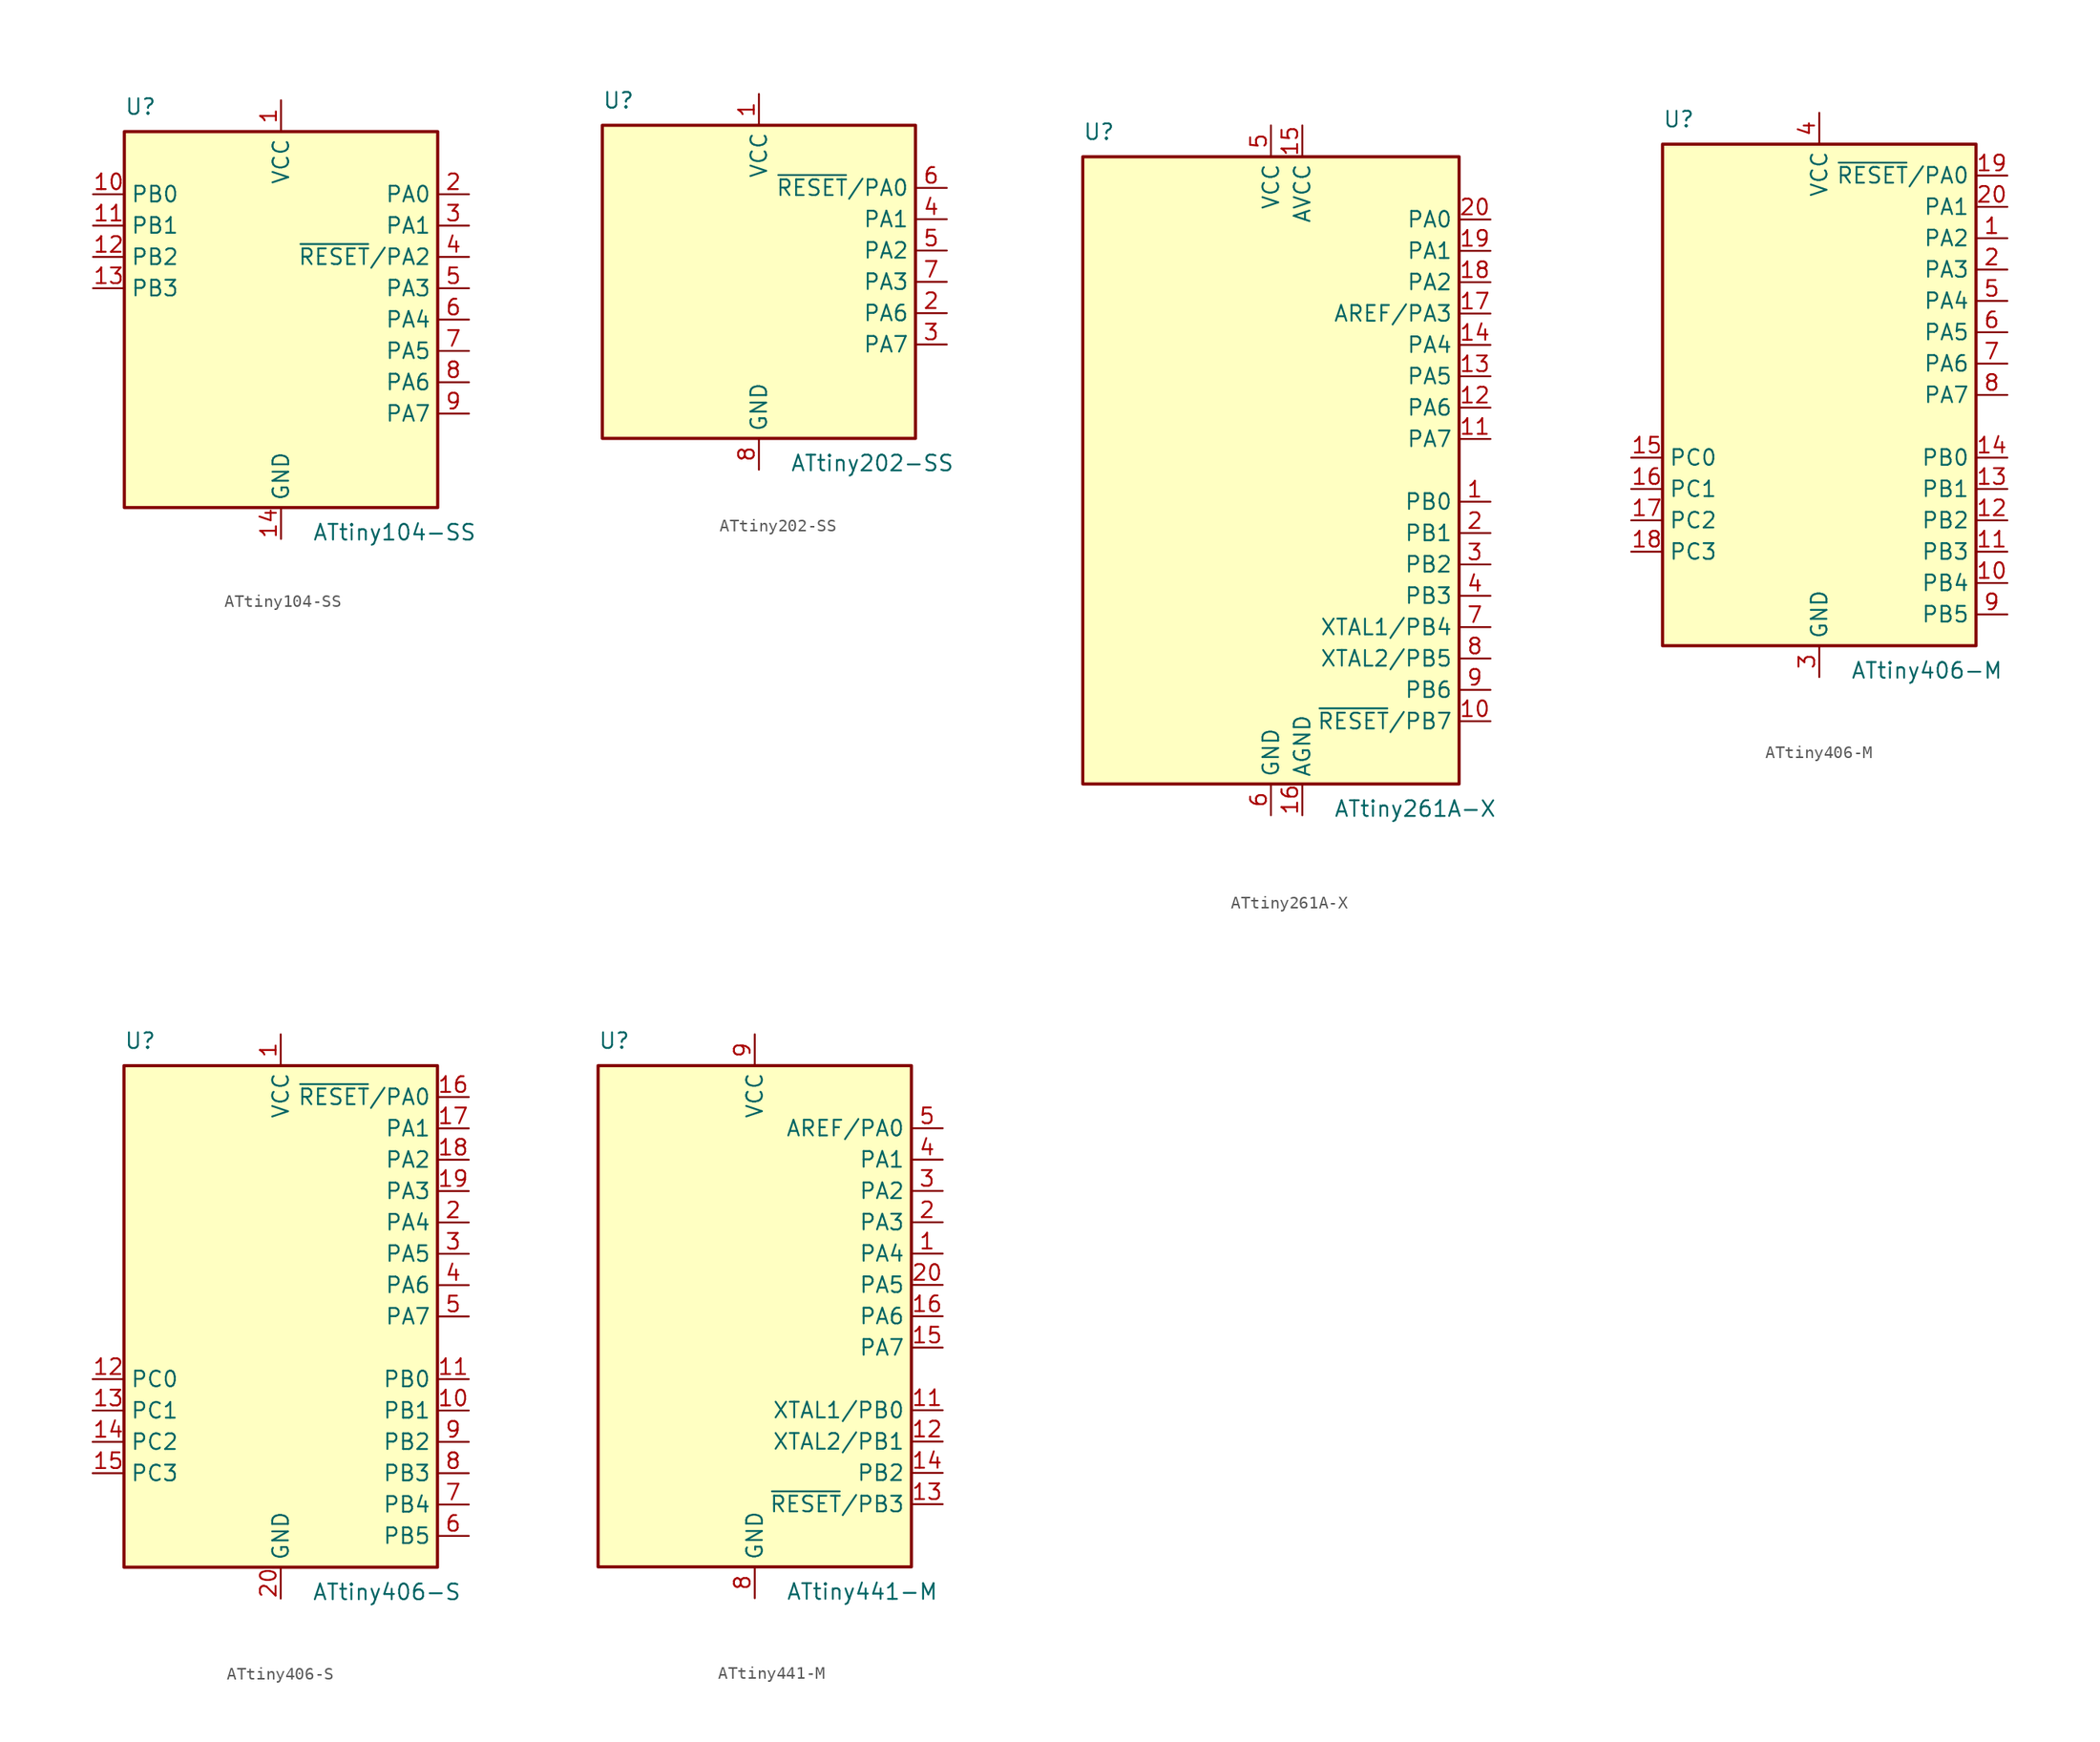
<source format=kicad_sym>
(kicad_symbol_lib
  (version 20201005)
  (generator kicad_symbol_editor)
  (symbol "ATtiny104-SS"
    (property "Reference" "U"
      (at -12.7 16.51 0)
      (effects (font (size 1.27 1.27)) (justify left bottom)))
    (property "Value" "ATtiny104-SS"
      (at 2.54 -16.51 0)
      (effects (font (size 1.27 1.27)) (justify left top)))
    (symbol "ATtiny104-SS_0_1"
      (rectangle (start -12.7 -15.24) (end 12.7 15.24) (stroke (width 0.254)) (fill (type background))))
    (symbol "ATtiny104-SS_1_1"
      (pin power_in line (at 0 17.78 270) (length 2.54) (name "VCC" (effects (font (size 1.27 1.27)))) (number "1" (effects (font (size 1.27 1.27)))))
      (pin bidirectional line (at -15.24 10.16 0) (length 2.54) (name "PB0" (effects (font (size 1.27 1.27)))) (number "10" (effects (font (size 1.27 1.27)))))
      (pin bidirectional line (at -15.24 7.62 0) (length 2.54) (name "PB1" (effects (font (size 1.27 1.27)))) (number "11" (effects (font (size 1.27 1.27)))))
      (pin bidirectional line (at -15.24 5.08 0) (length 2.54) (name "PB2" (effects (font (size 1.27 1.27)))) (number "12" (effects (font (size 1.27 1.27)))))
      (pin bidirectional line (at -15.24 2.54 0) (length 2.54) (name "PB3" (effects (font (size 1.27 1.27)))) (number "13" (effects (font (size 1.27 1.27)))))
      (pin power_in line (at 0 -17.78 90) (length 2.54) (name "GND" (effects (font (size 1.27 1.27)))) (number "14" (effects (font (size 1.27 1.27)))))
      (pin bidirectional line (at 15.24 10.16 180) (length 2.54) (name "PA0" (effects (font (size 1.27 1.27)))) (number "2" (effects (font (size 1.27 1.27)))))
      (pin bidirectional line (at 15.24 7.62 180) (length 2.54) (name "PA1" (effects (font (size 1.27 1.27)))) (number "3" (effects (font (size 1.27 1.27)))))
      (pin bidirectional line (at 15.24 5.08 180) (length 2.54) (name "~RESET~/PA2" (effects (font (size 1.27 1.27)))) (number "4" (effects (font (size 1.27 1.27)))))
      (pin bidirectional line (at 15.24 2.54 180) (length 2.54) (name "PA3" (effects (font (size 1.27 1.27)))) (number "5" (effects (font (size 1.27 1.27)))))
      (pin bidirectional line (at 15.24 0 180) (length 2.54) (name "PA4" (effects (font (size 1.27 1.27)))) (number "6" (effects (font (size 1.27 1.27)))))
      (pin bidirectional line (at 15.24 -2.54 180) (length 2.54) (name "PA5" (effects (font (size 1.27 1.27)))) (number "7" (effects (font (size 1.27 1.27)))))
      (pin bidirectional line (at 15.24 -5.08 180) (length 2.54) (name "PA6" (effects (font (size 1.27 1.27)))) (number "8" (effects (font (size 1.27 1.27)))))
      (pin bidirectional line (at 15.24 -7.62 180) (length 2.54) (name "PA7" (effects (font (size 1.27 1.27)))) (number "9" (effects (font (size 1.27 1.27)))))))
  (symbol "ATtiny202-SS"
    (property "Reference" "U"
      (at -12.7 13.97 0)
      (effects (font (size 1.27 1.27)) (justify left bottom)))
    (property "Value" "ATtiny202-SS"
      (at 2.54 -13.97 0)
      (effects (font (size 1.27 1.27)) (justify left top)))
    (symbol "ATtiny202-SS_0_1"
      (rectangle (start -12.7 -12.7) (end 12.7 12.7) (stroke (width 0.254)) (fill (type background))))
    (symbol "ATtiny202-SS_1_1"
      (pin power_in line (at 0 15.24 270) (length 2.54) (name "VCC" (effects (font (size 1.27 1.27)))) (number "1" (effects (font (size 1.27 1.27)))))
      (pin bidirectional line (at 15.24 -2.54 180) (length 2.54) (name "PA6" (effects (font (size 1.27 1.27)))) (number "2" (effects (font (size 1.27 1.27)))))
      (pin bidirectional line (at 15.24 -5.08 180) (length 2.54) (name "PA7" (effects (font (size 1.27 1.27)))) (number "3" (effects (font (size 1.27 1.27)))))
      (pin bidirectional line (at 15.24 5.08 180) (length 2.54) (name "PA1" (effects (font (size 1.27 1.27)))) (number "4" (effects (font (size 1.27 1.27)))))
      (pin bidirectional line (at 15.24 2.54 180) (length 2.54) (name "PA2" (effects (font (size 1.27 1.27)))) (number "5" (effects (font (size 1.27 1.27)))))
      (pin bidirectional line (at 15.24 7.62 180) (length 2.54) (name "~RESET~/PA0" (effects (font (size 1.27 1.27)))) (number "6" (effects (font (size 1.27 1.27)))))
      (pin bidirectional line (at 15.24 0 180) (length 2.54) (name "PA3" (effects (font (size 1.27 1.27)))) (number "7" (effects (font (size 1.27 1.27)))))
      (pin power_in line (at 0 -15.24 90) (length 2.54) (name "GND" (effects (font (size 1.27 1.27)))) (number "8" (effects (font (size 1.27 1.27)))))))
  (symbol "ATtiny261A-X"
    (property "Reference" "U"
      (at -15.24 26.67 0)
      (effects (font (size 1.27 1.27)) (justify left bottom)))
    (property "Value" "ATtiny261A-X"
      (at 5.08 -26.67 0)
      (effects (font (size 1.27 1.27)) (justify left top)))
    (symbol "ATtiny261A-X_0_1"
      (rectangle (start -15.24 -25.4) (end 15.24 25.4) (stroke (width 0.254)) (fill (type background))))
    (symbol "ATtiny261A-X_1_1"
      (pin bidirectional line (at 17.78 -2.54 180) (length 2.54) (name "PB0" (effects (font (size 1.27 1.27)))) (number "1" (effects (font (size 1.27 1.27)))))
      (pin bidirectional line (at 17.78 -20.32 180) (length 2.54) (name "~RESET~/PB7" (effects (font (size 1.27 1.27)))) (number "10" (effects (font (size 1.27 1.27)))))
      (pin bidirectional line (at 17.78 2.54 180) (length 2.54) (name "PA7" (effects (font (size 1.27 1.27)))) (number "11" (effects (font (size 1.27 1.27)))))
      (pin bidirectional line (at 17.78 5.08 180) (length 2.54) (name "PA6" (effects (font (size 1.27 1.27)))) (number "12" (effects (font (size 1.27 1.27)))))
      (pin bidirectional line (at 17.78 7.62 180) (length 2.54) (name "PA5" (effects (font (size 1.27 1.27)))) (number "13" (effects (font (size 1.27 1.27)))))
      (pin bidirectional line (at 17.78 10.16 180) (length 2.54) (name "PA4" (effects (font (size 1.27 1.27)))) (number "14" (effects (font (size 1.27 1.27)))))
      (pin power_in line (at 2.54 27.94 270) (length 2.54) (name "AVCC" (effects (font (size 1.27 1.27)))) (number "15" (effects (font (size 1.27 1.27)))))
      (pin power_in line (at 2.54 -27.94 90) (length 2.54) (name "AGND" (effects (font (size 1.27 1.27)))) (number "16" (effects (font (size 1.27 1.27)))))
      (pin bidirectional line (at 17.78 12.7 180) (length 2.54) (name "AREF/PA3" (effects (font (size 1.27 1.27)))) (number "17" (effects (font (size 1.27 1.27)))))
      (pin bidirectional line (at 17.78 15.24 180) (length 2.54) (name "PA2" (effects (font (size 1.27 1.27)))) (number "18" (effects (font (size 1.27 1.27)))))
      (pin bidirectional line (at 17.78 17.78 180) (length 2.54) (name "PA1" (effects (font (size 1.27 1.27)))) (number "19" (effects (font (size 1.27 1.27)))))
      (pin bidirectional line (at 17.78 -5.08 180) (length 2.54) (name "PB1" (effects (font (size 1.27 1.27)))) (number "2" (effects (font (size 1.27 1.27)))))
      (pin bidirectional line (at 17.78 20.32 180) (length 2.54) (name "PA0" (effects (font (size 1.27 1.27)))) (number "20" (effects (font (size 1.27 1.27)))))
      (pin bidirectional line (at 17.78 -7.62 180) (length 2.54) (name "PB2" (effects (font (size 1.27 1.27)))) (number "3" (effects (font (size 1.27 1.27)))))
      (pin bidirectional line (at 17.78 -10.16 180) (length 2.54) (name "PB3" (effects (font (size 1.27 1.27)))) (number "4" (effects (font (size 1.27 1.27)))))
      (pin power_in line (at 0 27.94 270) (length 2.54) (name "VCC" (effects (font (size 1.27 1.27)))) (number "5" (effects (font (size 1.27 1.27)))))
      (pin power_in line (at 0 -27.94 90) (length 2.54) (name "GND" (effects (font (size 1.27 1.27)))) (number "6" (effects (font (size 1.27 1.27)))))
      (pin bidirectional line (at 17.78 -12.7 180) (length 2.54) (name "XTAL1/PB4" (effects (font (size 1.27 1.27)))) (number "7" (effects (font (size 1.27 1.27)))))
      (pin bidirectional line (at 17.78 -15.24 180) (length 2.54) (name "XTAL2/PB5" (effects (font (size 1.27 1.27)))) (number "8" (effects (font (size 1.27 1.27)))))
      (pin bidirectional line (at 17.78 -17.78 180) (length 2.54) (name "PB6" (effects (font (size 1.27 1.27)))) (number "9" (effects (font (size 1.27 1.27)))))))
  (symbol "ATtiny406-M"
    (property "Reference" "U"
      (at -12.7 21.59 0)
      (effects (font (size 1.27 1.27)) (justify left bottom)))
    (property "Value" "ATtiny406-M"
      (at 2.54 -21.59 0)
      (effects (font (size 1.27 1.27)) (justify left top)))
    (symbol "ATtiny406-M_0_1"
      (rectangle (start -12.7 -20.32) (end 12.7 20.32) (stroke (width 0.254)) (fill (type background))))
    (symbol "ATtiny406-M_1_1"
      (pin bidirectional line (at 15.24 12.7 180) (length 2.54) (name "PA2" (effects (font (size 1.27 1.27)))) (number "1" (effects (font (size 1.27 1.27)))))
      (pin bidirectional line (at 15.24 -15.24 180) (length 2.54) (name "PB4" (effects (font (size 1.27 1.27)))) (number "10" (effects (font (size 1.27 1.27)))))
      (pin bidirectional line (at 15.24 -12.7 180) (length 2.54) (name "PB3" (effects (font (size 1.27 1.27)))) (number "11" (effects (font (size 1.27 1.27)))))
      (pin bidirectional line (at 15.24 -10.16 180) (length 2.54) (name "PB2" (effects (font (size 1.27 1.27)))) (number "12" (effects (font (size 1.27 1.27)))))
      (pin bidirectional line (at 15.24 -7.62 180) (length 2.54) (name "PB1" (effects (font (size 1.27 1.27)))) (number "13" (effects (font (size 1.27 1.27)))))
      (pin bidirectional line (at 15.24 -5.08 180) (length 2.54) (name "PB0" (effects (font (size 1.27 1.27)))) (number "14" (effects (font (size 1.27 1.27)))))
      (pin bidirectional line (at -15.24 -5.08 0) (length 2.54) (name "PC0" (effects (font (size 1.27 1.27)))) (number "15" (effects (font (size 1.27 1.27)))))
      (pin bidirectional line (at -15.24 -7.62 0) (length 2.54) (name "PC1" (effects (font (size 1.27 1.27)))) (number "16" (effects (font (size 1.27 1.27)))))
      (pin bidirectional line (at -15.24 -10.16 0) (length 2.54) (name "PC2" (effects (font (size 1.27 1.27)))) (number "17" (effects (font (size 1.27 1.27)))))
      (pin bidirectional line (at -15.24 -12.7 0) (length 2.54) (name "PC3" (effects (font (size 1.27 1.27)))) (number "18" (effects (font (size 1.27 1.27)))))
      (pin bidirectional line (at 15.24 17.78 180) (length 2.54) (name "~RESET~/PA0" (effects (font (size 1.27 1.27)))) (number "19" (effects (font (size 1.27 1.27)))))
      (pin bidirectional line (at 15.24 10.16 180) (length 2.54) (name "PA3" (effects (font (size 1.27 1.27)))) (number "2" (effects (font (size 1.27 1.27)))))
      (pin bidirectional line (at 15.24 15.24 180) (length 2.54) (name "PA1" (effects (font (size 1.27 1.27)))) (number "20" (effects (font (size 1.27 1.27)))))
      (pin passive line (at 0 -22.86 90) (length 2.54) hide (name "GND" (effects (font (size 1.27 1.27)))) (number "21" (effects (font (size 1.27 1.27)))))
      (pin power_in line (at 0 -22.86 90) (length 2.54) (name "GND" (effects (font (size 1.27 1.27)))) (number "3" (effects (font (size 1.27 1.27)))))
      (pin power_in line (at 0 22.86 270) (length 2.54) (name "VCC" (effects (font (size 1.27 1.27)))) (number "4" (effects (font (size 1.27 1.27)))))
      (pin bidirectional line (at 15.24 7.62 180) (length 2.54) (name "PA4" (effects (font (size 1.27 1.27)))) (number "5" (effects (font (size 1.27 1.27)))))
      (pin bidirectional line (at 15.24 5.08 180) (length 2.54) (name "PA5" (effects (font (size 1.27 1.27)))) (number "6" (effects (font (size 1.27 1.27)))))
      (pin bidirectional line (at 15.24 2.54 180) (length 2.54) (name "PA6" (effects (font (size 1.27 1.27)))) (number "7" (effects (font (size 1.27 1.27)))))
      (pin bidirectional line (at 15.24 0 180) (length 2.54) (name "PA7" (effects (font (size 1.27 1.27)))) (number "8" (effects (font (size 1.27 1.27)))))
      (pin bidirectional line (at 15.24 -17.78 180) (length 2.54) (name "PB5" (effects (font (size 1.27 1.27)))) (number "9" (effects (font (size 1.27 1.27)))))))
  (symbol "ATtiny406-S"
    (property "Reference" "U"
      (at -12.7 21.59 0)
      (effects (font (size 1.27 1.27)) (justify left bottom)))
    (property "Value" "ATtiny406-S"
      (at 2.54 -21.59 0)
      (effects (font (size 1.27 1.27)) (justify left top)))
    (symbol "ATtiny406-S_0_1"
      (rectangle (start -12.7 -20.32) (end 12.7 20.32) (stroke (width 0.254)) (fill (type background))))
    (symbol "ATtiny406-S_1_1"
      (pin power_in line (at 0 22.86 270) (length 2.54) (name "VCC" (effects (font (size 1.27 1.27)))) (number "1" (effects (font (size 1.27 1.27)))))
      (pin bidirectional line (at 15.24 -7.62 180) (length 2.54) (name "PB1" (effects (font (size 1.27 1.27)))) (number "10" (effects (font (size 1.27 1.27)))))
      (pin bidirectional line (at 15.24 -5.08 180) (length 2.54) (name "PB0" (effects (font (size 1.27 1.27)))) (number "11" (effects (font (size 1.27 1.27)))))
      (pin bidirectional line (at -15.24 -5.08 0) (length 2.54) (name "PC0" (effects (font (size 1.27 1.27)))) (number "12" (effects (font (size 1.27 1.27)))))
      (pin bidirectional line (at -15.24 -7.62 0) (length 2.54) (name "PC1" (effects (font (size 1.27 1.27)))) (number "13" (effects (font (size 1.27 1.27)))))
      (pin bidirectional line (at -15.24 -10.16 0) (length 2.54) (name "PC2" (effects (font (size 1.27 1.27)))) (number "14" (effects (font (size 1.27 1.27)))))
      (pin bidirectional line (at -15.24 -12.7 0) (length 2.54) (name "PC3" (effects (font (size 1.27 1.27)))) (number "15" (effects (font (size 1.27 1.27)))))
      (pin bidirectional line (at 15.24 17.78 180) (length 2.54) (name "~RESET~/PA0" (effects (font (size 1.27 1.27)))) (number "16" (effects (font (size 1.27 1.27)))))
      (pin bidirectional line (at 15.24 15.24 180) (length 2.54) (name "PA1" (effects (font (size 1.27 1.27)))) (number "17" (effects (font (size 1.27 1.27)))))
      (pin bidirectional line (at 15.24 12.7 180) (length 2.54) (name "PA2" (effects (font (size 1.27 1.27)))) (number "18" (effects (font (size 1.27 1.27)))))
      (pin bidirectional line (at 15.24 10.16 180) (length 2.54) (name "PA3" (effects (font (size 1.27 1.27)))) (number "19" (effects (font (size 1.27 1.27)))))
      (pin bidirectional line (at 15.24 7.62 180) (length 2.54) (name "PA4" (effects (font (size 1.27 1.27)))) (number "2" (effects (font (size 1.27 1.27)))))
      (pin power_in line (at 0 -22.86 90) (length 2.54) (name "GND" (effects (font (size 1.27 1.27)))) (number "20" (effects (font (size 1.27 1.27)))))
      (pin bidirectional line (at 15.24 5.08 180) (length 2.54) (name "PA5" (effects (font (size 1.27 1.27)))) (number "3" (effects (font (size 1.27 1.27)))))
      (pin bidirectional line (at 15.24 2.54 180) (length 2.54) (name "PA6" (effects (font (size 1.27 1.27)))) (number "4" (effects (font (size 1.27 1.27)))))
      (pin bidirectional line (at 15.24 0 180) (length 2.54) (name "PA7" (effects (font (size 1.27 1.27)))) (number "5" (effects (font (size 1.27 1.27)))))
      (pin bidirectional line (at 15.24 -17.78 180) (length 2.54) (name "PB5" (effects (font (size 1.27 1.27)))) (number "6" (effects (font (size 1.27 1.27)))))
      (pin bidirectional line (at 15.24 -15.24 180) (length 2.54) (name "PB4" (effects (font (size 1.27 1.27)))) (number "7" (effects (font (size 1.27 1.27)))))
      (pin bidirectional line (at 15.24 -12.7 180) (length 2.54) (name "PB3" (effects (font (size 1.27 1.27)))) (number "8" (effects (font (size 1.27 1.27)))))
      (pin bidirectional line (at 15.24 -10.16 180) (length 2.54) (name "PB2" (effects (font (size 1.27 1.27)))) (number "9" (effects (font (size 1.27 1.27)))))))
  (symbol "ATtiny441-M"
    (property "Reference" "U"
      (at -12.7 21.59 0)
      (effects (font (size 1.27 1.27)) (justify left bottom)))
    (property "Value" "ATtiny441-M"
      (at 2.54 -21.59 0)
      (effects (font (size 1.27 1.27)) (justify left top)))
    (symbol "ATtiny441-M_0_1"
      (rectangle (start -12.7 -20.32) (end 12.7 20.32) (stroke (width 0.254)) (fill (type background))))
    (symbol "ATtiny441-M_1_1"
      (pin bidirectional line (at 15.24 5.08 180) (length 2.54) (name "PA4" (effects (font (size 1.27 1.27)))) (number "1" (effects (font (size 1.27 1.27)))))
      (pin no_connect line (at -12.7 -10.16 0) (length 2.54) hide (name "NC" (effects (font (size 1.27 1.27)))) (number "10" (effects (font (size 1.27 1.27)))))
      (pin bidirectional line (at 15.24 -7.62 180) (length 2.54) (name "XTAL1/PB0" (effects (font (size 1.27 1.27)))) (number "11" (effects (font (size 1.27 1.27)))))
      (pin bidirectional line (at 15.24 -10.16 180) (length 2.54) (name "XTAL2/PB1" (effects (font (size 1.27 1.27)))) (number "12" (effects (font (size 1.27 1.27)))))
      (pin bidirectional line (at 15.24 -15.24 180) (length 2.54) (name "~RESET~/PB3" (effects (font (size 1.27 1.27)))) (number "13" (effects (font (size 1.27 1.27)))))
      (pin bidirectional line (at 15.24 -12.7 180) (length 2.54) (name "PB2" (effects (font (size 1.27 1.27)))) (number "14" (effects (font (size 1.27 1.27)))))
      (pin bidirectional line (at 15.24 -2.54 180) (length 2.54) (name "PA7" (effects (font (size 1.27 1.27)))) (number "15" (effects (font (size 1.27 1.27)))))
      (pin bidirectional line (at 15.24 0 180) (length 2.54) (name "PA6" (effects (font (size 1.27 1.27)))) (number "16" (effects (font (size 1.27 1.27)))))
      (pin no_connect line (at -12.7 -12.7 0) (length 2.54) hide (name "NC" (effects (font (size 1.27 1.27)))) (number "17" (effects (font (size 1.27 1.27)))))
      (pin no_connect line (at -12.7 -15.24 0) (length 2.54) hide (name "NC" (effects (font (size 1.27 1.27)))) (number "18" (effects (font (size 1.27 1.27)))))
      (pin no_connect line (at -12.7 -17.78 0) (length 2.54) hide (name "NC" (effects (font (size 1.27 1.27)))) (number "19" (effects (font (size 1.27 1.27)))))
      (pin bidirectional line (at 15.24 7.62 180) (length 2.54) (name "PA3" (effects (font (size 1.27 1.27)))) (number "2" (effects (font (size 1.27 1.27)))))
      (pin bidirectional line (at 15.24 2.54 180) (length 2.54) (name "PA5" (effects (font (size 1.27 1.27)))) (number "20" (effects (font (size 1.27 1.27)))))
      (pin passive line (at 0 -22.86 90) (length 2.54) hide (name "GND" (effects (font (size 1.27 1.27)))) (number "21" (effects (font (size 1.27 1.27)))))
      (pin bidirectional line (at 15.24 10.16 180) (length 2.54) (name "PA2" (effects (font (size 1.27 1.27)))) (number "3" (effects (font (size 1.27 1.27)))))
      (pin bidirectional line (at 15.24 12.7 180) (length 2.54) (name "PA1" (effects (font (size 1.27 1.27)))) (number "4" (effects (font (size 1.27 1.27)))))
      (pin bidirectional line (at 15.24 15.24 180) (length 2.54) (name "AREF/PA0" (effects (font (size 1.27 1.27)))) (number "5" (effects (font (size 1.27 1.27)))))
      (pin no_connect line (at -12.7 -5.08 0) (length 2.54) hide (name "NC" (effects (font (size 1.27 1.27)))) (number "6" (effects (font (size 1.27 1.27)))))
      (pin no_connect line (at -12.7 -7.62 0) (length 2.54) hide (name "NC" (effects (font (size 1.27 1.27)))) (number "7" (effects (font (size 1.27 1.27)))))
      (pin power_in line (at 0 -22.86 90) (length 2.54) (name "GND" (effects (font (size 1.27 1.27)))) (number "8" (effects (font (size 1.27 1.27)))))
      (pin power_in line (at 0 22.86 270) (length 2.54) (name "VCC" (effects (font (size 1.27 1.27)))) (number "9" (effects (font (size 1.27 1.27))))))))
</source>
